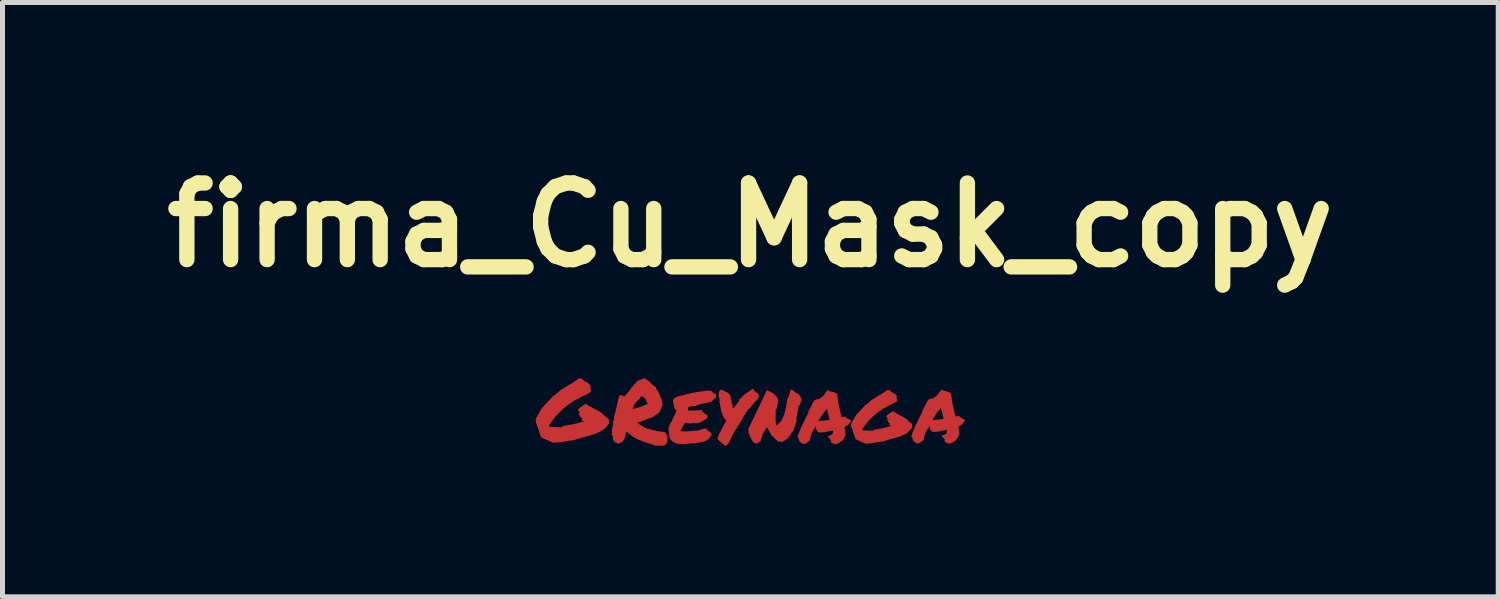
<source format=kicad_pcb>
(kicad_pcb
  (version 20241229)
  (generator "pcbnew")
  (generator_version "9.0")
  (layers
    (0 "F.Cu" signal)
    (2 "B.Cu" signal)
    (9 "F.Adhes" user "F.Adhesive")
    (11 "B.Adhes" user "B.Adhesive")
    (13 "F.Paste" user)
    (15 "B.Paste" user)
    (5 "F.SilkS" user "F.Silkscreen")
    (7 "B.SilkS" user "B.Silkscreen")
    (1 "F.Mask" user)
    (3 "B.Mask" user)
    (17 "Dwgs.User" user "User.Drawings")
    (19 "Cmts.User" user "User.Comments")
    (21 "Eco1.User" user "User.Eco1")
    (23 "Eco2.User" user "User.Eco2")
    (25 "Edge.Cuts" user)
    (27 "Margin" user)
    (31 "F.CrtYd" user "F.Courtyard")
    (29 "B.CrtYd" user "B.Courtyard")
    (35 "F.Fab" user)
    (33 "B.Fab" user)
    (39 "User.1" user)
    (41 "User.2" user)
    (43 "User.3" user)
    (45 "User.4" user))
  (footprint "firma_Cu_Mask_copy"
    (layer "F.Cu")
    (at 11.88 5.157)
    (property "Reference" "firma_Cu_Mask_copy" (at 0 -3.731 0) (layer "F.SilkS") (effects (font (size 1.524 1.524) (thickness 0.305))))
    (attr smd)
    (fp_poly (pts (xy 3.223 0.299) (xy 3.115 0.414) (xy 2.966 0.481) (xy 2.796 0.528) (xy 2.625 0.581) (xy 2.582 0.583) (xy 2.548 0.588) (xy 2.517 0.593) (xy 2.482 0.597) (xy 2.474 0.6) (xy 2.469 0.607) (xy 2.415 0.612) (xy 2.377 0.612) (xy 2.334 0.618) (xy 2.296 0.623) (xy 2.093 0.531) (xy 2.012 0.294) (xy 2.009 0.283) (xy 2.002 0.278) (xy 2.005 0.249) (xy 2.007 0.218) (xy 2.109 0.042) (xy 2.245 -0.103) (xy 2.265 -0.123) (xy 2.281 -0.144) (xy 2.3 -0.161) (xy 2.326 -0.173) (xy 2.412 -0.249) (xy 2.517 -0.314) (xy 2.625 -0.378) (xy 2.725 -0.45) (xy 2.753 -0.445) (xy 2.772 -0.445) (xy 2.804 -0.409) (xy 2.848 -0.387) (xy 2.889 -0.361) (xy 2.918 -0.32) (xy 2.908 -0.311) (xy 2.913 -0.295) (xy 2.915 -0.28) (xy 2.903 -0.273) (xy 2.913 -0.263) (xy 2.923 -0.254) (xy 2.918 -0.24) (xy 2.918 -0.223) (xy 2.841 -0.18) (xy 2.753 -0.135) (xy 2.658 -0.085) (xy 2.563 -0.025) (xy 2.469 0.053) (xy 2.375 0.14) (xy 2.291 0.237) (xy 2.224 0.333) (xy 2.231 0.347) (xy 2.239 0.359) (xy 2.341 0.359) (xy 2.437 0.364) (xy 2.444 0.354) (xy 2.453 0.344) (xy 2.636 0.313) (xy 2.808 0.266) (xy 2.782 0.258) (xy 2.761 0.249) (xy 2.761 0.235) (xy 2.779 0.221) (xy 2.739 0.187) (xy 2.722 0.132) (xy 2.732 0.111) (xy 2.722 0.092) (xy 2.713 0.092) (xy 2.71 0.097) (xy 2.708 0.104) (xy 2.699 0.103) (xy 2.706 0.077) (xy 2.717 0.053) (xy 2.835 -0.027) (xy 2.882 0.004) (xy 2.939 0.037) (xy 3.001 0.07) (xy 3.061 0.101) (xy 3.104 0.128) (xy 3.14 0.165) (xy 3.175 0.199) (xy 3.218 0.228) (xy 3.22 0.265) (xy 3.223 0.299) (xy 3.223 0.299)) (stroke (width 0) (type solid)) (fill yes) (layer "F.Cu"))
    (fp_poly (pts (xy -4.274 0.192) (xy -4.269 0.158) (xy -4.267 0.118) (xy -4.146 -0.092) (xy -3.983 -0.264) (xy -3.959 -0.288) (xy -3.94 -0.314) (xy -3.917 -0.335) (xy -3.886 -0.349) (xy -3.783 -0.44) (xy -3.657 -0.519) (xy -3.526 -0.597) (xy -3.406 -0.683) (xy -3.376 -0.674) (xy -3.352 -0.676) (xy -3.313 -0.629) (xy -3.261 -0.603) (xy -3.211 -0.572) (xy -3.175 -0.524) (xy -3.187 -0.516) (xy -3.182 -0.497) (xy -3.178 -0.478) (xy -3.194 -0.469) (xy -3.182 -0.457) (xy -3.17 -0.445) (xy -3.175 -0.428) (xy -3.175 -0.409) (xy -3.268 -0.355) (xy -3.375 -0.304) (xy -3.488 -0.243) (xy -3.602 -0.171) (xy -3.717 -0.08) (xy -3.828 0.027) (xy -3.928 0.142) (xy -4.007 0.258) (xy -3.998 0.273) (xy -3.988 0.289) (xy -3.866 0.289) (xy -3.752 0.296) (xy -3.743 0.282) (xy -3.733 0.27) (xy -3.514 0.232) (xy -3.308 0.177) (xy -3.363 0.158) (xy -3.363 0.141) (xy -3.344 0.123) (xy -3.39 0.082) (xy -3.411 0.015) (xy -3.399 -0.009) (xy -3.411 -0.032) (xy -3.421 -0.032) (xy -3.425 -0.025) (xy -3.428 -0.018) (xy -3.437 -0.018) (xy -3.428 -0.049) (xy -3.418 -0.078) (xy -3.275 -0.173) (xy -3.22 -0.137) (xy -3.151 -0.099) (xy -3.077 -0.059) (xy -3.006 -0.021) (xy -2.953 0.013) (xy -2.91 0.055) (xy -2.868 0.096) (xy -2.818 0.13) (xy -2.815 0.175) (xy -2.811 0.217) (xy -2.891 0.316) (xy -2.996 0.385) (xy -3.118 0.435) (xy -3.252 0.473) (xy -3.392 0.511) (xy -3.528 0.556) (xy -3.578 0.558) (xy -3.618 0.563) (xy -3.655 0.57) (xy -3.697 0.575) (xy -3.709 0.578) (xy -3.716 0.587) (xy -3.778 0.592) (xy -3.824 0.592) (xy -3.874 0.599) (xy -3.922 0.604) (xy -4.165 0.494) (xy -4.262 0.21) (xy -4.265 0.199) (xy -4.274 0.192) (xy -4.274 0.192)) (stroke (width 0) (type solid)) (fill yes) (layer "F.Cu"))
    (fp_poly (pts (xy -2.739 0.461) (xy -2.315 -0.149) (xy -2.344 -0.07) (xy -2.193 -0.109) (xy -2.043 -0.171) (xy -2.088 -0.273) (xy -2.164 -0.326) (xy -2.164 -0.326) (xy -2.213 -0.266) (xy -2.269 -0.211) (xy -2.315 -0.149) (xy -2.739 0.461) (xy -2.754 0.449) (xy -2.77 0.419) (xy -2.751 0.419) (xy -2.758 0.351) (xy -2.742 0.288) (xy -2.728 0.23) (xy -2.734 0.17) (xy -2.721 0.166) (xy -2.715 0.142) (xy -2.713 0.111) (xy -2.715 0.084) (xy -2.68 -0.027) (xy -2.656 -0.139) (xy -2.634 -0.247) (xy -2.599 -0.347) (xy -2.549 -0.34) (xy -2.513 -0.318) (xy -2.418 -0.418) (xy -2.336 -0.531) (xy -2.239 -0.631) (xy -2.107 -0.683) (xy -2.014 -0.619) (xy -1.929 -0.537) (xy -1.903 -0.518) (xy -1.876 -0.5) (xy -1.876 -0.475) (xy -1.836 -0.421) (xy -1.807 -0.357) (xy -1.781 -0.29) (xy -1.753 -0.227) (xy -1.757 -0.208) (xy -1.753 -0.192) (xy -1.748 -0.175) (xy -1.746 -0.152) (xy -1.807 -0.004) (xy -1.934 0.087) (xy -2.093 0.147) (xy -2.246 0.201) (xy -2.239 0.208) (xy -2.234 0.218) (xy -2.155 0.268) (xy -2.101 0.301) (xy -2.046 0.321) (xy -1.962 0.342) (xy -1.879 0.363) (xy -1.824 0.375) (xy -1.772 0.382) (xy -1.698 0.39) (xy -1.667 0.435) (xy -1.65 0.487) (xy -1.648 0.537) (xy -1.662 0.573) (xy -1.653 0.58) (xy -1.636 0.58) (xy -1.657 0.6) (xy -1.674 0.624) (xy -1.695 0.647) (xy -1.722 0.659) (xy -1.881 0.661) (xy -2.127 0.581) (xy -2.248 0.531) (xy -2.329 0.488) (xy -2.392 0.442) (xy -2.46 0.382) (xy -2.467 0.388) (xy -2.472 0.395) (xy -2.499 0.507) (xy -2.551 0.595) (xy -2.589 0.6) (xy -2.611 0.619) (xy -2.637 0.618) (xy -2.653 0.609) (xy -2.668 0.599) (xy -2.696 0.595) (xy -2.706 0.566) (xy -2.734 0.552) (xy -2.73 0.526) (xy -2.735 0.506) (xy -2.742 0.485) (xy -2.739 0.461) (xy -2.739 0.461)) (stroke (width 0) (type solid)) (fill yes) (layer "F.Cu"))
    (fp_poly (pts (xy -0.685 -0.361) (xy -0.685 -0.342) (xy -0.687 -0.332) (xy -0.687 -0.32) (xy -0.684 -0.302) (xy -0.768 -0.221) (xy -0.87 -0.19) (xy -0.983 -0.171) (xy -1.097 -0.127) (xy -1.138 -0.127) (xy -1.19 -0.121) (xy -1.216 -0.106) (xy -1.247 -0.097) (xy -1.242 -0.065) (xy -1.237 -0.039) (xy -1.104 -0.04) (xy -0.959 -0.049) (xy -0.961 -0.037) (xy -0.963 -0.028) (xy -0.939 -0.006) (xy -0.914 0.018) (xy -0.89 0.039) (xy -0.859 0.044) (xy -0.851 0.075) (xy -0.854 0.108) (xy -0.909 0.147) (xy -0.968 0.182) (xy -1.031 0.208) (xy -1.106 0.215) (xy -1.119 0.215) (xy -1.13 0.209) (xy -1.169 0.215) (xy -1.207 0.22) (xy -1.254 0.213) (xy -1.3 0.206) (xy -1.35 0.283) (xy -1.39 0.371) (xy -1.293 0.378) (xy -1.219 0.373) (xy -1.149 0.364) (xy -1.057 0.361) (xy -0.976 0.337) (xy -0.889 0.316) (xy -0.864 0.335) (xy -0.845 0.359) (xy -0.825 0.378) (xy -0.799 0.385) (xy -0.79 0.402) (xy -0.785 0.42) (xy -0.78 0.435) (xy -0.764 0.438) (xy -0.825 0.526) (xy -0.901 0.571) (xy -0.997 0.595) (xy -1.112 0.616) (xy -1.138 0.614) (xy -1.162 0.611) (xy -1.257 0.626) (xy -1.369 0.631) (xy -1.478 0.616) (xy -1.562 0.571) (xy -1.581 0.544) (xy -1.603 0.518) (xy -1.61 0.468) (xy -1.621 0.411) (xy -1.629 0.351) (xy -1.626 0.297) (xy -1.605 0.251) (xy -1.593 0.206) (xy -1.583 0.197) (xy -1.569 0.191) (xy -1.547 0.132) (xy -1.522 0.079) (xy -1.497 0.027) (xy -1.471 -0.033) (xy -1.507 -0.082) (xy -1.522 -0.135) (xy -1.531 -0.19) (xy -1.543 -0.249) (xy -1.502 -0.29) (xy -1.447 -0.318) (xy -1.383 -0.335) (xy -1.31 -0.35) (xy -1.188 -0.385) (xy -1.081 -0.404) (xy -0.971 -0.419) (xy -0.842 -0.44) (xy -0.813 -0.424) (xy -0.797 -0.433) (xy -0.789 -0.443) (xy -0.746 -0.393) (xy -0.685 -0.361) (xy -0.685 -0.361)) (stroke (width 0) (type solid)) (fill yes) (layer "F.Cu"))
    (fp_poly (pts (xy -0.176 0.158) (xy -0.196 0.183) (xy -0.213 0.213) (xy -0.232 0.249) (xy -0.258 0.28) (xy -0.275 0.321) (xy -0.303 0.354) (xy -0.384 0.504) (xy -0.394 0.535) (xy -0.41 0.562) (xy -0.417 0.574) (xy -0.422 0.583) (xy -0.425 0.6) (xy -0.444 0.624) (xy -0.463 0.643) (xy -0.475 0.657) (xy -0.501 0.667) (xy -0.654 0.533) (xy -0.653 0.516) (xy -0.647 0.499) (xy -0.641 0.478) (xy -0.625 0.43) (xy -0.596 0.387) (xy -0.58 0.349) (xy -0.539 0.268) (xy -0.501 0.202) (xy -0.479 0.164) (xy -0.52 0.115) (xy -0.56 0.032) (xy -0.584 -0.039) (xy -0.589 -0.077) (xy -0.596 -0.109) (xy -0.604 -0.147) (xy -0.608 -0.187) (xy -0.618 -0.211) (xy -0.615 -0.228) (xy -0.613 -0.259) (xy -0.622 -0.301) (xy -0.63 -0.339) (xy -0.632 -0.38) (xy -0.622 -0.418) (xy -0.589 -0.451) (xy -0.56 -0.452) (xy -0.53 -0.435) (xy -0.501 -0.419) (xy -0.465 -0.402) (xy -0.429 -0.38) (xy -0.417 -0.356) (xy -0.394 -0.337) (xy -0.394 -0.318) (xy -0.393 -0.299) (xy -0.386 -0.271) (xy -0.379 -0.251) (xy -0.374 -0.204) (xy -0.363 -0.165) (xy -0.353 -0.125) (xy -0.351 -0.08) (xy -0.334 -0.092) (xy -0.327 -0.097) (xy -0.32 -0.103) (xy -0.219 -0.24) (xy -0.222 -0.258) (xy -0.186 -0.292) (xy -0.16 -0.318) (xy -0.138 -0.344) (xy -0.119 -0.358) (xy 0.038 -0.464) (xy 0.062 -0.468) (xy 0.069 -0.445) (xy 0.097 -0.411) (xy 0.143 -0.382) (xy 0.159 -0.371) (xy 0.167 -0.345) (xy 0.166 -0.33) (xy 0.173 -0.313) (xy 0.138 -0.252) (xy 0.1 -0.218) (xy 0.071 -0.192) (xy 0.052 -0.165) (xy 0.04 -0.151) (xy -0.007 -0.096) (xy -0.012 -0.075) (xy -0.033 -0.075) (xy -0.041 -0.068) (xy -0.058 -0.039) (xy -0.076 -0.016) (xy -0.084 -0.008) (xy -0.089 0.006) (xy -0.095 0.02) (xy -0.122 0.054) (xy -0.134 0.078) (xy -0.148 0.106) (xy -0.167 0.132) (xy -0.176 0.158)) (stroke (width 0) (type solid)) (fill yes) (layer "F.Cu"))
    (fp_poly (pts (xy 0.333 0.295) (xy 0.31 0.314) (xy 0.296 0.344) (xy 0.284 0.373) (xy 0.267 0.385) (xy 0.257 0.409) (xy 0.243 0.431) (xy 0.233 0.456) (xy 0.236 0.485) (xy 0.219 0.514) (xy 0.21 0.55) (xy 0.197 0.58) (xy 0.159 0.59) (xy 0.157 0.599) (xy 0.162 0.611) (xy 0.133 0.612) (xy 0.11 0.621) (xy 0.055 0.585) (xy 0.017 0.528) (xy -0.012 0.462) (xy -0.036 0.406) (xy -0.034 0.369) (xy -0.046 0.338) (xy -0.025 0.293) (xy -0.003 0.247) (xy 0.019 0.201) (xy 0.042 0.153) (xy 0.065 0.105) (xy 0.089 0.056) (xy 0.113 0.006) (xy 0.138 -0.044) (xy 0.163 -0.095) (xy 0.187 -0.145) (xy 0.211 -0.196) (xy 0.235 -0.246) (xy 0.259 -0.296) (xy 0.282 -0.346) (xy 0.305 -0.396) (xy 0.327 -0.445) (xy 0.405 -0.409) (xy 0.476 -0.364) (xy 0.531 -0.304) (xy 0.56 -0.23) (xy 0.551 -0.221) (xy 0.545 -0.22) (xy 0.551 -0.208) (xy 0.551 -0.201) (xy 0.551 -0.19) (xy 0.557 -0.175) (xy 0.546 -0.173) (xy 0.536 -0.173) (xy 0.539 -0.142) (xy 0.532 -0.12) (xy 0.524 -0.099) (xy 0.526 -0.072) (xy 0.517 -0.068) (xy 0.514 -0.063) (xy 0.508 -0.058) (xy 0.501 -0.058) (xy 0.505 0.018) (xy 0.501 0.095) (xy 0.503 0.176) (xy 0.515 0.263) (xy 0.613 0.17) (xy 0.674 0.042) (xy 0.71 -0.11) (xy 0.736 -0.275) (xy 0.76 -0.313) (xy 0.775 -0.359) (xy 0.789 -0.409) (xy 0.806 -0.456) (xy 0.849 -0.439) (xy 0.884 -0.411) (xy 0.917 -0.383) (xy 0.96 -0.368) (xy 0.998 -0.311) (xy 1.02 -0.252) (xy 1.006 -0.221) (xy 0.998 -0.187) (xy 0.984 -0.154) (xy 0.96 -0.13) (xy 0.946 -0.047) (xy 0.93 0.025) (xy 0.918 0.101) (xy 0.915 0.185) (xy 0.886 0.269) (xy 0.861 0.35) (xy 0.818 0.404) (xy 0.786 0.466) (xy 0.777 0.469) (xy 0.765 0.464) (xy 0.765 0.474) (xy 0.76 0.481) (xy 0.756 0.488) (xy 0.76 0.502) (xy 0.717 0.531) (xy 0.675 0.566) (xy 0.624 0.586) (xy 0.546 0.574) (xy 0.421 0.455) (xy 0.333 0.295) (xy 0.333 0.295)) (stroke (width 0) (type solid)) (fill yes) (layer "F.Cu"))
    (fp_poly (pts (xy 1.886 0.464) (xy 1.389 0.166) (xy 1.482 0.159) (xy 1.576 0.144) (xy 1.55 0.037) (xy 1.521 -0.075) (xy 1.511 -0.058) (xy 1.444 0.023) (xy 1.39 0.108) (xy 1.37 0.139) (xy 1.351 0.17) (xy 1.37 0.168) (xy 1.389 0.166) (xy 1.389 0.166) (xy 1.886 0.464) (xy 1.855 0.524) (xy 1.809 0.578) (xy 1.75 0.616) (xy 1.681 0.633) (xy 1.65 0.621) (xy 1.635 0.611) (xy 1.625 0.605) (xy 1.618 0.6) (xy 1.597 0.592) (xy 1.604 0.569) (xy 1.602 0.549) (xy 1.581 0.526) (xy 1.571 0.516) (xy 1.563 0.505) (xy 1.533 0.473) (xy 1.58 0.461) (xy 1.637 0.43) (xy 1.649 0.366) (xy 1.59 0.364) (xy 1.544 0.376) (xy 1.48 0.392) (xy 1.411 0.397) (xy 1.385 0.397) (xy 1.359 0.394) (xy 1.342 0.39) (xy 1.335 0.37) (xy 1.328 0.363) (xy 1.309 0.34) (xy 1.306 0.302) (xy 1.296 0.271) (xy 1.28 0.314) (xy 1.273 0.332) (xy 1.256 0.335) (xy 1.251 0.344) (xy 1.249 0.352) (xy 1.24 0.382) (xy 1.234 0.388) (xy 1.227 0.394) (xy 1.218 0.425) (xy 1.208 0.454) (xy 1.192 0.499) (xy 1.189 0.54) (xy 1.182 0.559) (xy 1.163 0.576) (xy 1.142 0.587) (xy 1.132 0.593) (xy 1.123 0.597) (xy 1.118 0.616) (xy 1.098 0.619) (xy 1.07 0.624) (xy 1.053 0.626) (xy 1.035 0.624) (xy 1.006 0.6) (xy 0.982 0.581) (xy 0.965 0.55) (xy 0.961 0.531) (xy 0.958 0.514) (xy 0.953 0.504) (xy 0.93 0.483) (xy 0.949 0.468) (xy 0.951 0.438) (xy 1.023 0.27) (xy 1.104 0.104) (xy 1.13 0.049) (xy 1.158 -0.006) (xy 1.156 -0.018) (xy 1.16 -0.034) (xy 1.191 -0.085) (xy 1.215 -0.134) (xy 1.242 -0.19) (xy 1.28 -0.247) (xy 1.308 -0.259) (xy 1.32 -0.263) (xy 1.335 -0.266) (xy 1.361 -0.263) (xy 1.445 -0.325) (xy 1.52 -0.423) (xy 1.537 -0.447) (xy 1.559 -0.433) (xy 1.583 -0.423) (xy 1.616 -0.414) (xy 1.675 -0.399) (xy 1.719 -0.373) (xy 1.731 -0.332) (xy 1.737 -0.304) (xy 1.745 -0.245) (xy 1.752 -0.18) (xy 1.766 -0.121) (xy 1.778 -0.065) (xy 1.795 0.016) (xy 1.818 0.089) (xy 1.835 0.09) (xy 1.852 0.085) (xy 1.874 0.082) (xy 1.893 0.08) (xy 1.9 0.097) (xy 1.918 0.115) (xy 1.95 0.125) (xy 1.969 0.14) (xy 1.983 0.151) (xy 2.009 0.161) (xy 1.995 0.187) (xy 1.945 0.247) (xy 1.874 0.294) (xy 1.876 0.314) (xy 1.881 0.333) (xy 1.89 0.394) (xy 1.89 0.457) (xy 1.886 0.464)) (stroke (width 0) (type solid)) (fill yes) (layer "F.Cu"))
    (fp_poly (pts (xy 4.151 0.452) (xy 3.657 0.148) (xy 3.75 0.141) (xy 3.845 0.125) (xy 3.819 0.018) (xy 3.79 -0.093) (xy 3.779 -0.076) (xy 3.712 0.005) (xy 3.659 0.089) (xy 3.638 0.12) (xy 3.619 0.151) (xy 3.638 0.149) (xy 3.657 0.148) (xy 3.657 0.148) (xy 4.151 0.452) (xy 4.12 0.513) (xy 4.074 0.566) (xy 4.015 0.604) (xy 3.946 0.621) (xy 3.915 0.609) (xy 3.9 0.599) (xy 3.89 0.594) (xy 3.883 0.589) (xy 3.862 0.58) (xy 3.869 0.558) (xy 3.867 0.537) (xy 3.846 0.514) (xy 3.836 0.504) (xy 3.828 0.494) (xy 3.798 0.461) (xy 3.845 0.449) (xy 3.902 0.418) (xy 3.914 0.354) (xy 3.855 0.353) (xy 3.809 0.365) (xy 3.745 0.38) (xy 3.676 0.385) (xy 3.65 0.385) (xy 3.624 0.382) (xy 3.607 0.379) (xy 3.6 0.358) (xy 3.593 0.351) (xy 3.574 0.329) (xy 3.571 0.291) (xy 3.561 0.26) (xy 3.545 0.303) (xy 3.538 0.32) (xy 3.521 0.323) (xy 3.516 0.332) (xy 3.514 0.341) (xy 3.505 0.37) (xy 3.499 0.377) (xy 3.492 0.382) (xy 3.483 0.413) (xy 3.473 0.442) (xy 3.457 0.487) (xy 3.454 0.528) (xy 3.447 0.547) (xy 3.428 0.565) (xy 3.407 0.575) (xy 3.397 0.582) (xy 3.388 0.585) (xy 3.383 0.604) (xy 3.363 0.608) (xy 3.335 0.613) (xy 3.318 0.614) (xy 3.3 0.613) (xy 3.271 0.589) (xy 3.247 0.57) (xy 3.23 0.539) (xy 3.226 0.52) (xy 3.223 0.502) (xy 3.218 0.492) (xy 3.195 0.471) (xy 3.214 0.456) (xy 3.216 0.427) (xy 3.288 0.258) (xy 3.369 0.092) (xy 3.395 0.037) (xy 3.423 -0.018) (xy 3.421 -0.03) (xy 3.425 -0.045) (xy 3.456 -0.097) (xy 3.48 -0.145) (xy 3.507 -0.202) (xy 3.545 -0.259) (xy 3.573 -0.271) (xy 3.585 -0.274) (xy 3.6 -0.278) (xy 3.626 -0.274) (xy 3.71 -0.336) (xy 3.785 -0.435) (xy 3.802 -0.459) (xy 3.824 -0.445) (xy 3.848 -0.435) (xy 3.881 -0.426) (xy 3.94 -0.41) (xy 3.984 -0.385) (xy 3.996 -0.343) (xy 4.002 -0.316) (xy 4.01 -0.257) (xy 4.017 -0.192) (xy 4.031 -0.133) (xy 4.043 -0.076) (xy 4.06 0.005) (xy 4.083 0.077) (xy 4.1 0.079) (xy 4.117 0.074) (xy 4.139 0.07) (xy 4.158 0.068) (xy 4.165 0.086) (xy 4.183 0.103) (xy 4.215 0.113) (xy 4.234 0.129) (xy 4.248 0.139) (xy 4.274 0.149) (xy 4.26 0.175) (xy 4.21 0.236) (xy 4.139 0.282) (xy 4.141 0.303) (xy 4.146 0.322) (xy 4.155 0.382) (xy 4.155 0.446) (xy 4.151 0.452)) (stroke (width 0) (type solid)) (fill yes) (layer "F.Cu"))
    (fp_poly (pts (xy 3.223 0.299) (xy 3.115 0.414) (xy 2.966 0.481) (xy 2.796 0.528) (xy 2.625 0.581) (xy 2.582 0.583) (xy 2.548 0.588) (xy 2.517 0.593) (xy 2.482 0.597) (xy 2.474 0.6) (xy 2.469 0.607) (xy 2.415 0.612) (xy 2.377 0.612) (xy 2.334 0.618) (xy 2.296 0.623) (xy 2.093 0.531) (xy 2.012 0.294) (xy 2.009 0.283) (xy 2.002 0.278) (xy 2.005 0.249) (xy 2.007 0.218) (xy 2.109 0.042) (xy 2.245 -0.103) (xy 2.265 -0.123) (xy 2.281 -0.144) (xy 2.3 -0.161) (xy 2.326 -0.173) (xy 2.412 -0.249) (xy 2.517 -0.314) (xy 2.625 -0.378) (xy 2.725 -0.45) (xy 2.753 -0.445) (xy 2.772 -0.445) (xy 2.804 -0.409) (xy 2.848 -0.387) (xy 2.889 -0.361) (xy 2.918 -0.32) (xy 2.908 -0.311) (xy 2.913 -0.295) (xy 2.915 -0.28) (xy 2.903 -0.273) (xy 2.913 -0.263) (xy 2.923 -0.254) (xy 2.918 -0.24) (xy 2.918 -0.223) (xy 2.841 -0.18) (xy 2.753 -0.135) (xy 2.658 -0.085) (xy 2.563 -0.025) (xy 2.469 0.053) (xy 2.375 0.14) (xy 2.291 0.237) (xy 2.224 0.333) (xy 2.231 0.347) (xy 2.239 0.359) (xy 2.341 0.359) (xy 2.437 0.364) (xy 2.444 0.354) (xy 2.453 0.344) (xy 2.636 0.313) (xy 2.808 0.266) (xy 2.782 0.258) (xy 2.761 0.249) (xy 2.761 0.235) (xy 2.779 0.221) (xy 2.739 0.187) (xy 2.722 0.132) (xy 2.732 0.111) (xy 2.722 0.092) (xy 2.713 0.092) (xy 2.71 0.097) (xy 2.708 0.104) (xy 2.699 0.103) (xy 2.706 0.077) (xy 2.717 0.053) (xy 2.835 -0.027) (xy 2.882 0.004) (xy 2.939 0.037) (xy 3.001 0.07) (xy 3.061 0.101) (xy 3.104 0.128) (xy 3.14 0.165) (xy 3.175 0.199) (xy 3.218 0.228) (xy 3.22 0.265) (xy 3.223 0.299) (xy 3.223 0.299)) (stroke (width 0) (type solid)) (fill yes) (layer "F.Mask"))
    (fp_poly (pts (xy -4.274 0.192) (xy -4.269 0.158) (xy -4.267 0.118) (xy -4.146 -0.092) (xy -3.983 -0.264) (xy -3.959 -0.288) (xy -3.94 -0.314) (xy -3.917 -0.335) (xy -3.886 -0.349) (xy -3.783 -0.44) (xy -3.657 -0.519) (xy -3.526 -0.597) (xy -3.406 -0.683) (xy -3.376 -0.674) (xy -3.352 -0.676) (xy -3.313 -0.629) (xy -3.261 -0.603) (xy -3.211 -0.572) (xy -3.175 -0.524) (xy -3.187 -0.516) (xy -3.182 -0.497) (xy -3.178 -0.478) (xy -3.194 -0.469) (xy -3.182 -0.457) (xy -3.17 -0.445) (xy -3.175 -0.428) (xy -3.175 -0.409) (xy -3.268 -0.355) (xy -3.375 -0.304) (xy -3.488 -0.243) (xy -3.602 -0.171) (xy -3.717 -0.08) (xy -3.828 0.027) (xy -3.928 0.142) (xy -4.007 0.258) (xy -3.998 0.273) (xy -3.988 0.289) (xy -3.866 0.289) (xy -3.752 0.296) (xy -3.743 0.282) (xy -3.733 0.27) (xy -3.514 0.232) (xy -3.308 0.177) (xy -3.363 0.158) (xy -3.363 0.141) (xy -3.344 0.123) (xy -3.39 0.082) (xy -3.411 0.015) (xy -3.399 -0.009) (xy -3.411 -0.032) (xy -3.421 -0.032) (xy -3.425 -0.025) (xy -3.428 -0.018) (xy -3.437 -0.018) (xy -3.428 -0.049) (xy -3.418 -0.078) (xy -3.275 -0.173) (xy -3.22 -0.137) (xy -3.151 -0.099) (xy -3.077 -0.059) (xy -3.006 -0.021) (xy -2.953 0.013) (xy -2.91 0.055) (xy -2.868 0.096) (xy -2.818 0.13) (xy -2.815 0.175) (xy -2.811 0.217) (xy -2.891 0.316) (xy -2.996 0.385) (xy -3.118 0.435) (xy -3.252 0.473) (xy -3.392 0.511) (xy -3.528 0.556) (xy -3.578 0.558) (xy -3.618 0.563) (xy -3.655 0.57) (xy -3.697 0.575) (xy -3.709 0.578) (xy -3.716 0.587) (xy -3.778 0.592) (xy -3.824 0.592) (xy -3.874 0.599) (xy -3.922 0.604) (xy -4.165 0.494) (xy -4.262 0.21) (xy -4.265 0.199) (xy -4.274 0.192) (xy -4.274 0.192)) (stroke (width 0) (type solid)) (fill yes) (layer "F.Mask"))
    (fp_poly (pts (xy -2.739 0.461) (xy -2.315 -0.149) (xy -2.344 -0.07) (xy -2.193 -0.109) (xy -2.043 -0.171) (xy -2.088 -0.273) (xy -2.164 -0.326) (xy -2.164 -0.326) (xy -2.213 -0.266) (xy -2.269 -0.211) (xy -2.315 -0.149) (xy -2.739 0.461) (xy -2.754 0.449) (xy -2.77 0.419) (xy -2.751 0.419) (xy -2.758 0.351) (xy -2.742 0.288) (xy -2.728 0.23) (xy -2.734 0.17) (xy -2.721 0.166) (xy -2.715 0.142) (xy -2.713 0.111) (xy -2.715 0.084) (xy -2.68 -0.027) (xy -2.656 -0.139) (xy -2.634 -0.247) (xy -2.599 -0.347) (xy -2.549 -0.34) (xy -2.513 -0.318) (xy -2.418 -0.418) (xy -2.336 -0.531) (xy -2.239 -0.631) (xy -2.107 -0.683) (xy -2.014 -0.619) (xy -1.929 -0.537) (xy -1.903 -0.518) (xy -1.876 -0.5) (xy -1.876 -0.475) (xy -1.836 -0.421) (xy -1.807 -0.357) (xy -1.781 -0.29) (xy -1.753 -0.227) (xy -1.757 -0.208) (xy -1.753 -0.192) (xy -1.748 -0.175) (xy -1.746 -0.152) (xy -1.807 -0.004) (xy -1.934 0.087) (xy -2.093 0.147) (xy -2.246 0.201) (xy -2.239 0.208) (xy -2.234 0.218) (xy -2.155 0.268) (xy -2.101 0.301) (xy -2.046 0.321) (xy -1.962 0.342) (xy -1.879 0.363) (xy -1.824 0.375) (xy -1.772 0.382) (xy -1.698 0.39) (xy -1.667 0.435) (xy -1.65 0.487) (xy -1.648 0.537) (xy -1.662 0.573) (xy -1.653 0.58) (xy -1.636 0.58) (xy -1.657 0.6) (xy -1.674 0.624) (xy -1.695 0.647) (xy -1.722 0.659) (xy -1.881 0.661) (xy -2.127 0.581) (xy -2.248 0.531) (xy -2.329 0.488) (xy -2.392 0.442) (xy -2.46 0.382) (xy -2.467 0.388) (xy -2.472 0.395) (xy -2.499 0.507) (xy -2.551 0.595) (xy -2.589 0.6) (xy -2.611 0.619) (xy -2.637 0.618) (xy -2.653 0.609) (xy -2.668 0.599) (xy -2.696 0.595) (xy -2.706 0.566) (xy -2.734 0.552) (xy -2.73 0.526) (xy -2.735 0.506) (xy -2.742 0.485) (xy -2.739 0.461) (xy -2.739 0.461)) (stroke (width 0) (type solid)) (fill yes) (layer "F.Mask"))
    (fp_poly (pts (xy -0.685 -0.361) (xy -0.685 -0.342) (xy -0.687 -0.332) (xy -0.687 -0.32) (xy -0.684 -0.302) (xy -0.768 -0.221) (xy -0.87 -0.19) (xy -0.983 -0.171) (xy -1.097 -0.127) (xy -1.138 -0.127) (xy -1.19 -0.121) (xy -1.216 -0.106) (xy -1.247 -0.097) (xy -1.242 -0.065) (xy -1.237 -0.039) (xy -1.104 -0.04) (xy -0.959 -0.049) (xy -0.961 -0.037) (xy -0.963 -0.028) (xy -0.939 -0.006) (xy -0.914 0.018) (xy -0.89 0.039) (xy -0.859 0.044) (xy -0.851 0.075) (xy -0.854 0.108) (xy -0.909 0.147) (xy -0.968 0.182) (xy -1.031 0.208) (xy -1.106 0.215) (xy -1.119 0.215) (xy -1.13 0.209) (xy -1.169 0.215) (xy -1.207 0.22) (xy -1.254 0.213) (xy -1.3 0.206) (xy -1.35 0.283) (xy -1.39 0.371) (xy -1.293 0.378) (xy -1.219 0.373) (xy -1.149 0.364) (xy -1.057 0.361) (xy -0.976 0.337) (xy -0.889 0.316) (xy -0.864 0.335) (xy -0.845 0.359) (xy -0.825 0.378) (xy -0.799 0.385) (xy -0.79 0.402) (xy -0.785 0.42) (xy -0.78 0.435) (xy -0.764 0.438) (xy -0.825 0.526) (xy -0.901 0.571) (xy -0.997 0.595) (xy -1.112 0.616) (xy -1.138 0.614) (xy -1.162 0.611) (xy -1.257 0.626) (xy -1.369 0.631) (xy -1.478 0.616) (xy -1.562 0.571) (xy -1.581 0.544) (xy -1.603 0.518) (xy -1.61 0.468) (xy -1.621 0.411) (xy -1.629 0.351) (xy -1.626 0.297) (xy -1.605 0.251) (xy -1.593 0.206) (xy -1.583 0.197) (xy -1.569 0.191) (xy -1.547 0.132) (xy -1.522 0.079) (xy -1.497 0.027) (xy -1.471 -0.033) (xy -1.507 -0.082) (xy -1.522 -0.135) (xy -1.531 -0.19) (xy -1.543 -0.249) (xy -1.502 -0.29) (xy -1.447 -0.318) (xy -1.383 -0.335) (xy -1.31 -0.35) (xy -1.188 -0.385) (xy -1.081 -0.404) (xy -0.971 -0.419) (xy -0.842 -0.44) (xy -0.813 -0.424) (xy -0.797 -0.433) (xy -0.789 -0.443) (xy -0.746 -0.393) (xy -0.685 -0.361) (xy -0.685 -0.361)) (stroke (width 0) (type solid)) (fill yes) (layer "F.Mask"))
    (fp_poly (pts (xy -0.176 0.158) (xy -0.196 0.183) (xy -0.213 0.213) (xy -0.232 0.249) (xy -0.258 0.28) (xy -0.275 0.321) (xy -0.303 0.354) (xy -0.384 0.504) (xy -0.394 0.535) (xy -0.41 0.562) (xy -0.417 0.574) (xy -0.422 0.583) (xy -0.425 0.6) (xy -0.444 0.624) (xy -0.463 0.643) (xy -0.475 0.657) (xy -0.501 0.667) (xy -0.654 0.533) (xy -0.653 0.516) (xy -0.647 0.499) (xy -0.641 0.478) (xy -0.625 0.43) (xy -0.596 0.387) (xy -0.58 0.349) (xy -0.539 0.268) (xy -0.501 0.202) (xy -0.479 0.164) (xy -0.52 0.115) (xy -0.56 0.032) (xy -0.584 -0.039) (xy -0.589 -0.077) (xy -0.596 -0.109) (xy -0.604 -0.147) (xy -0.608 -0.187) (xy -0.618 -0.211) (xy -0.615 -0.228) (xy -0.613 -0.259) (xy -0.622 -0.301) (xy -0.63 -0.339) (xy -0.632 -0.38) (xy -0.622 -0.418) (xy -0.589 -0.451) (xy -0.56 -0.452) (xy -0.53 -0.435) (xy -0.501 -0.419) (xy -0.465 -0.402) (xy -0.429 -0.38) (xy -0.417 -0.356) (xy -0.394 -0.337) (xy -0.394 -0.318) (xy -0.393 -0.299) (xy -0.386 -0.271) (xy -0.379 -0.251) (xy -0.374 -0.204) (xy -0.363 -0.165) (xy -0.353 -0.125) (xy -0.351 -0.08) (xy -0.334 -0.092) (xy -0.327 -0.097) (xy -0.32 -0.103) (xy -0.219 -0.24) (xy -0.222 -0.258) (xy -0.186 -0.292) (xy -0.16 -0.318) (xy -0.138 -0.344) (xy -0.119 -0.358) (xy 0.038 -0.464) (xy 0.062 -0.468) (xy 0.069 -0.445) (xy 0.097 -0.411) (xy 0.143 -0.382) (xy 0.159 -0.371) (xy 0.167 -0.345) (xy 0.166 -0.33) (xy 0.173 -0.313) (xy 0.138 -0.252) (xy 0.1 -0.218) (xy 0.071 -0.192) (xy 0.052 -0.165) (xy 0.04 -0.151) (xy -0.007 -0.096) (xy -0.012 -0.075) (xy -0.033 -0.075) (xy -0.041 -0.068) (xy -0.058 -0.039) (xy -0.076 -0.016) (xy -0.084 -0.008) (xy -0.089 0.006) (xy -0.095 0.02) (xy -0.122 0.054) (xy -0.134 0.078) (xy -0.148 0.106) (xy -0.167 0.132) (xy -0.176 0.158)) (stroke (width 0) (type solid)) (fill yes) (layer "F.Mask"))
    (fp_poly (pts (xy 0.333 0.295) (xy 0.31 0.314) (xy 0.296 0.344) (xy 0.284 0.373) (xy 0.267 0.385) (xy 0.257 0.409) (xy 0.243 0.431) (xy 0.233 0.456) (xy 0.236 0.485) (xy 0.219 0.514) (xy 0.21 0.55) (xy 0.197 0.58) (xy 0.159 0.59) (xy 0.157 0.599) (xy 0.162 0.611) (xy 0.133 0.612) (xy 0.11 0.621) (xy 0.055 0.585) (xy 0.017 0.528) (xy -0.012 0.462) (xy -0.036 0.406) (xy -0.034 0.369) (xy -0.046 0.338) (xy -0.025 0.293) (xy -0.003 0.247) (xy 0.019 0.201) (xy 0.042 0.153) (xy 0.065 0.105) (xy 0.089 0.056) (xy 0.113 0.006) (xy 0.138 -0.044) (xy 0.163 -0.095) (xy 0.187 -0.145) (xy 0.211 -0.196) (xy 0.235 -0.246) (xy 0.259 -0.296) (xy 0.282 -0.346) (xy 0.305 -0.396) (xy 0.327 -0.445) (xy 0.405 -0.409) (xy 0.476 -0.364) (xy 0.531 -0.304) (xy 0.56 -0.23) (xy 0.551 -0.221) (xy 0.545 -0.22) (xy 0.551 -0.208) (xy 0.551 -0.201) (xy 0.551 -0.19) (xy 0.557 -0.175) (xy 0.546 -0.173) (xy 0.536 -0.173) (xy 0.539 -0.142) (xy 0.532 -0.12) (xy 0.524 -0.099) (xy 0.526 -0.072) (xy 0.517 -0.068) (xy 0.514 -0.063) (xy 0.508 -0.058) (xy 0.501 -0.058) (xy 0.505 0.018) (xy 0.501 0.095) (xy 0.503 0.176) (xy 0.515 0.263) (xy 0.613 0.17) (xy 0.674 0.042) (xy 0.71 -0.11) (xy 0.736 -0.275) (xy 0.76 -0.313) (xy 0.775 -0.359) (xy 0.789 -0.409) (xy 0.806 -0.456) (xy 0.849 -0.439) (xy 0.884 -0.411) (xy 0.917 -0.383) (xy 0.96 -0.368) (xy 0.998 -0.311) (xy 1.02 -0.252) (xy 1.006 -0.221) (xy 0.998 -0.187) (xy 0.984 -0.154) (xy 0.96 -0.13) (xy 0.946 -0.047) (xy 0.93 0.025) (xy 0.918 0.101) (xy 0.915 0.185) (xy 0.886 0.269) (xy 0.861 0.35) (xy 0.818 0.404) (xy 0.786 0.466) (xy 0.777 0.469) (xy 0.765 0.464) (xy 0.765 0.474) (xy 0.76 0.481) (xy 0.756 0.488) (xy 0.76 0.502) (xy 0.717 0.531) (xy 0.675 0.566) (xy 0.624 0.586) (xy 0.546 0.574) (xy 0.421 0.455) (xy 0.333 0.295) (xy 0.333 0.295)) (stroke (width 0) (type solid)) (fill yes) (layer "F.Mask"))
    (fp_poly (pts (xy 1.886 0.464) (xy 1.389 0.166) (xy 1.482 0.159) (xy 1.576 0.144) (xy 1.55 0.037) (xy 1.521 -0.075) (xy 1.511 -0.058) (xy 1.444 0.023) (xy 1.39 0.108) (xy 1.37 0.139) (xy 1.351 0.17) (xy 1.37 0.168) (xy 1.389 0.166) (xy 1.389 0.166) (xy 1.886 0.464) (xy 1.855 0.524) (xy 1.809 0.578) (xy 1.75 0.616) (xy 1.681 0.633) (xy 1.65 0.621) (xy 1.635 0.611) (xy 1.625 0.605) (xy 1.618 0.6) (xy 1.597 0.592) (xy 1.604 0.569) (xy 1.602 0.549) (xy 1.581 0.526) (xy 1.571 0.516) (xy 1.563 0.505) (xy 1.533 0.473) (xy 1.58 0.461) (xy 1.637 0.43) (xy 1.649 0.366) (xy 1.59 0.364) (xy 1.544 0.376) (xy 1.48 0.392) (xy 1.411 0.397) (xy 1.385 0.397) (xy 1.359 0.394) (xy 1.342 0.39) (xy 1.335 0.37) (xy 1.328 0.363) (xy 1.309 0.34) (xy 1.306 0.302) (xy 1.296 0.271) (xy 1.28 0.314) (xy 1.273 0.332) (xy 1.256 0.335) (xy 1.251 0.344) (xy 1.249 0.352) (xy 1.24 0.382) (xy 1.234 0.388) (xy 1.227 0.394) (xy 1.218 0.425) (xy 1.208 0.454) (xy 1.192 0.499) (xy 1.189 0.54) (xy 1.182 0.559) (xy 1.163 0.576) (xy 1.142 0.587) (xy 1.132 0.593) (xy 1.123 0.597) (xy 1.118 0.616) (xy 1.098 0.619) (xy 1.07 0.624) (xy 1.053 0.626) (xy 1.035 0.624) (xy 1.006 0.6) (xy 0.982 0.581) (xy 0.965 0.55) (xy 0.961 0.531) (xy 0.958 0.514) (xy 0.953 0.504) (xy 0.93 0.483) (xy 0.949 0.468) (xy 0.951 0.438) (xy 1.023 0.27) (xy 1.104 0.104) (xy 1.13 0.049) (xy 1.158 -0.006) (xy 1.156 -0.018) (xy 1.16 -0.034) (xy 1.191 -0.085) (xy 1.215 -0.134) (xy 1.242 -0.19) (xy 1.28 -0.247) (xy 1.308 -0.259) (xy 1.32 -0.263) (xy 1.335 -0.266) (xy 1.361 -0.263) (xy 1.445 -0.325) (xy 1.52 -0.423) (xy 1.537 -0.447) (xy 1.559 -0.433) (xy 1.583 -0.423) (xy 1.616 -0.414) (xy 1.675 -0.399) (xy 1.719 -0.373) (xy 1.731 -0.332) (xy 1.737 -0.304) (xy 1.745 -0.245) (xy 1.752 -0.18) (xy 1.766 -0.121) (xy 1.778 -0.065) (xy 1.795 0.016) (xy 1.818 0.089) (xy 1.835 0.09) (xy 1.852 0.085) (xy 1.874 0.082) (xy 1.893 0.08) (xy 1.9 0.097) (xy 1.918 0.115) (xy 1.95 0.125) (xy 1.969 0.14) (xy 1.983 0.151) (xy 2.009 0.161) (xy 1.995 0.187) (xy 1.945 0.247) (xy 1.874 0.294) (xy 1.876 0.314) (xy 1.881 0.333) (xy 1.89 0.394) (xy 1.89 0.457) (xy 1.886 0.464)) (stroke (width 0) (type solid)) (fill yes) (layer "F.Mask"))
    (fp_poly (pts (xy 4.151 0.452) (xy 3.657 0.148) (xy 3.75 0.141) (xy 3.845 0.125) (xy 3.819 0.018) (xy 3.79 -0.093) (xy 3.779 -0.076) (xy 3.712 0.005) (xy 3.659 0.089) (xy 3.638 0.12) (xy 3.619 0.151) (xy 3.638 0.149) (xy 3.657 0.148) (xy 3.657 0.148) (xy 4.151 0.452) (xy 4.12 0.513) (xy 4.074 0.566) (xy 4.015 0.604) (xy 3.946 0.621) (xy 3.915 0.609) (xy 3.9 0.599) (xy 3.89 0.594) (xy 3.883 0.589) (xy 3.862 0.58) (xy 3.869 0.558) (xy 3.867 0.537) (xy 3.846 0.514) (xy 3.836 0.504) (xy 3.828 0.494) (xy 3.798 0.461) (xy 3.845 0.449) (xy 3.902 0.418) (xy 3.914 0.354) (xy 3.855 0.353) (xy 3.809 0.365) (xy 3.745 0.38) (xy 3.676 0.385) (xy 3.65 0.385) (xy 3.624 0.382) (xy 3.607 0.379) (xy 3.6 0.358) (xy 3.593 0.351) (xy 3.574 0.329) (xy 3.571 0.291) (xy 3.561 0.26) (xy 3.545 0.303) (xy 3.538 0.32) (xy 3.521 0.323) (xy 3.516 0.332) (xy 3.514 0.341) (xy 3.505 0.37) (xy 3.499 0.377) (xy 3.492 0.382) (xy 3.483 0.413) (xy 3.473 0.442) (xy 3.457 0.487) (xy 3.454 0.528) (xy 3.447 0.547) (xy 3.428 0.565) (xy 3.407 0.575) (xy 3.397 0.582) (xy 3.388 0.585) (xy 3.383 0.604) (xy 3.363 0.608) (xy 3.335 0.613) (xy 3.318 0.614) (xy 3.3 0.613) (xy 3.271 0.589) (xy 3.247 0.57) (xy 3.23 0.539) (xy 3.226 0.52) (xy 3.223 0.502) (xy 3.218 0.492) (xy 3.195 0.471) (xy 3.214 0.456) (xy 3.216 0.427) (xy 3.288 0.258) (xy 3.369 0.092) (xy 3.395 0.037) (xy 3.423 -0.018) (xy 3.421 -0.03) (xy 3.425 -0.045) (xy 3.456 -0.097) (xy 3.48 -0.145) (xy 3.507 -0.202) (xy 3.545 -0.259) (xy 3.573 -0.271) (xy 3.585 -0.274) (xy 3.6 -0.278) (xy 3.626 -0.274) (xy 3.71 -0.336) (xy 3.785 -0.435) (xy 3.802 -0.459) (xy 3.824 -0.445) (xy 3.848 -0.435) (xy 3.881 -0.426) (xy 3.94 -0.41) (xy 3.984 -0.385) (xy 3.996 -0.343) (xy 4.002 -0.316) (xy 4.01 -0.257) (xy 4.017 -0.192) (xy 4.031 -0.133) (xy 4.043 -0.076) (xy 4.06 0.005) (xy 4.083 0.077) (xy 4.1 0.079) (xy 4.117 0.074) (xy 4.139 0.07) (xy 4.158 0.068) (xy 4.165 0.086) (xy 4.183 0.103) (xy 4.215 0.113) (xy 4.234 0.129) (xy 4.248 0.139) (xy 4.274 0.149) (xy 4.26 0.175) (xy 4.21 0.236) (xy 4.139 0.282) (xy 4.141 0.303) (xy 4.146 0.322) (xy 4.155 0.382) (xy 4.155 0.446) (xy 4.151 0.452)) (stroke (width 0) (type solid)) (fill yes) (layer "F.Mask")))
  (gr_rect
    (start -3 -3)
    (end 26.76 8.825)
    (stroke (width 0.1) (type default))
    (fill no)
    (layer "Edge.Cuts")))
</source>
